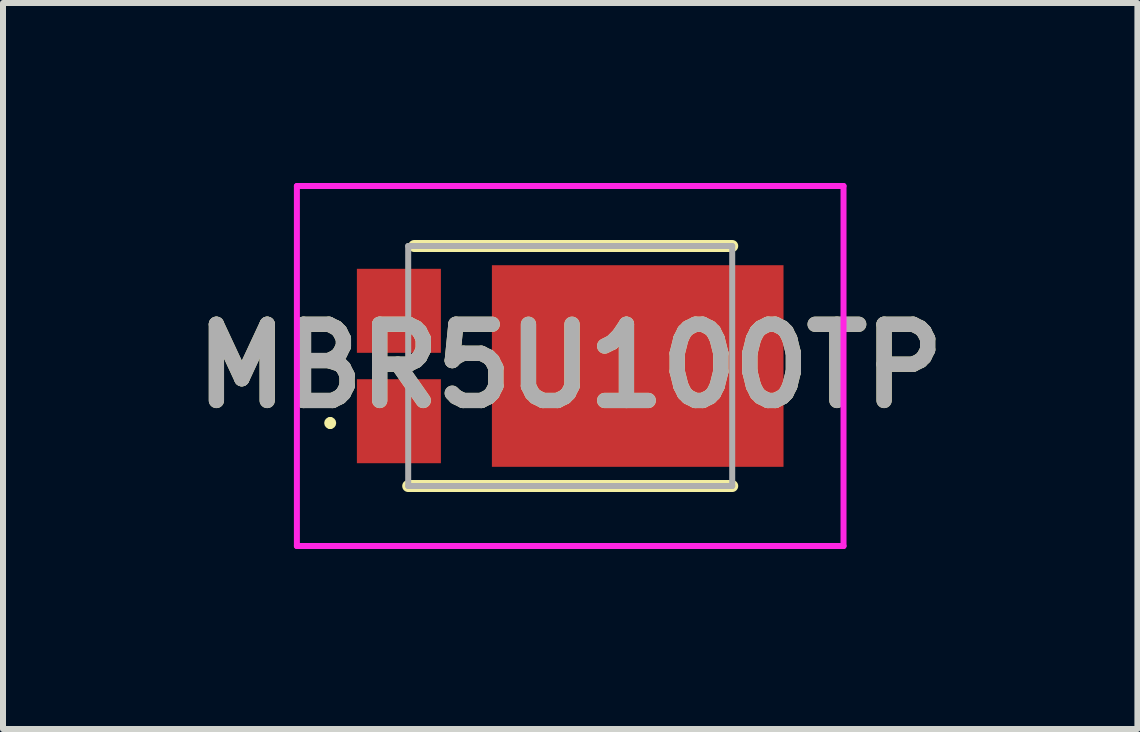
<source format=kicad_pcb>
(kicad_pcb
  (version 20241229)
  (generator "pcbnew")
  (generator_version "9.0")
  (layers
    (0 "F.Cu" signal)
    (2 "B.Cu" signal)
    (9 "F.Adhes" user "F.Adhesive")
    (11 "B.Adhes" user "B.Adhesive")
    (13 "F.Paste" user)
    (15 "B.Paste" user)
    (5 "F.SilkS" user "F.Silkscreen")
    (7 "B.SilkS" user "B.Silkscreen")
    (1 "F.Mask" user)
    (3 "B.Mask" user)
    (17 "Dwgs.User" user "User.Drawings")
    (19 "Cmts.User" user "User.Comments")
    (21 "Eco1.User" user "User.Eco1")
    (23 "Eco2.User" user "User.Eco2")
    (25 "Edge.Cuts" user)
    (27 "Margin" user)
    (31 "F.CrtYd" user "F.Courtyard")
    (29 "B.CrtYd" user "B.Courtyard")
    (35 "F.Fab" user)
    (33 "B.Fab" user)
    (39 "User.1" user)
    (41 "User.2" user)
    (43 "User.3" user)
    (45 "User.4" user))
  (footprint "MBR5U100TP"
    (layer "F.Cu")
    (at 6.453 3.05)
    (property "Reference" "MBR5U100TP" (at 0 0 0) (layer "F.SilkS") (effects (font (size 1.27 1.27) (thickness 0.254))))
    (attr smd)
    (fp_line (start -4 0.9) (end -4 0.9) (stroke (width 0.1) (type solid)) (layer "F.SilkS"))
    (fp_line (start -4 1) (end -4 1) (stroke (width 0.1) (type solid)) (layer "F.SilkS"))
    (fp_line (start -2.7 2) (end 2.7 2) (stroke (width 0.2) (type solid)) (layer "F.SilkS"))
    (fp_line (start -2.6 -2) (end 2.7 -2) (stroke (width 0.2) (type solid)) (layer "F.SilkS"))
    (fp_arc (start -4 0.9) (mid -3.95 0.95) (end -4 1) (stroke (width 0.1) (type solid)) (layer "F.SilkS"))
    (fp_arc (start -4 1) (mid -4.05 0.95) (end -4 0.9) (stroke (width 0.1) (type solid)) (layer "F.SilkS"))
    (fp_line (start -4.555 -3) (end -4.555 3) (stroke (width 0.1) (type solid)) (layer "F.CrtYd"))
    (fp_line (start -4.555 3) (end 4.555 3) (stroke (width 0.1) (type solid)) (layer "F.CrtYd"))
    (fp_line (start 4.555 -3) (end -4.555 -3) (stroke (width 0.1) (type solid)) (layer "F.CrtYd"))
    (fp_line (start 4.555 3) (end 4.555 -3) (stroke (width 0.1) (type solid)) (layer "F.CrtYd"))
    (fp_line (start -2.7 -2) (end -2.7 2) (stroke (width 0.1) (type solid)) (layer "F.Fab"))
    (fp_line (start -2.7 2) (end 2.7 2) (stroke (width 0.1) (type solid)) (layer "F.Fab"))
    (fp_line (start 2.7 -2) (end -2.7 -2) (stroke (width 0.1) (type solid)) (layer "F.Fab"))
    (fp_line (start 2.7 2) (end 2.7 -2) (stroke (width 0.1) (type solid)) (layer "F.Fab"))
    (fp_text user "${REFERENCE}" (at 0 0 0) (layer "F.Fab") (effects (font (size 1.27 1.27) (thickness 0.254))))
    (pad "1" smd rect (at -2.855 0.92 90) (size 1.4 1.4) (layers "F.Cu" "F.Mask" "F.Paste"))
    (pad "2" smd rect (at -2.855 -0.92 90) (size 1.4 1.4) (layers "F.Cu" "F.Mask" "F.Paste"))
    (pad "3" smd rect (at 1.125 0 90) (size 3.36 4.86) (layers "F.Cu" "F.Mask" "F.Paste")))
  (gr_rect
    (start -3 -3)
    (end 15.906 9.1)
    (stroke (width 0.1) (type default))
    (fill no)
    (layer "Edge.Cuts")))
</source>
